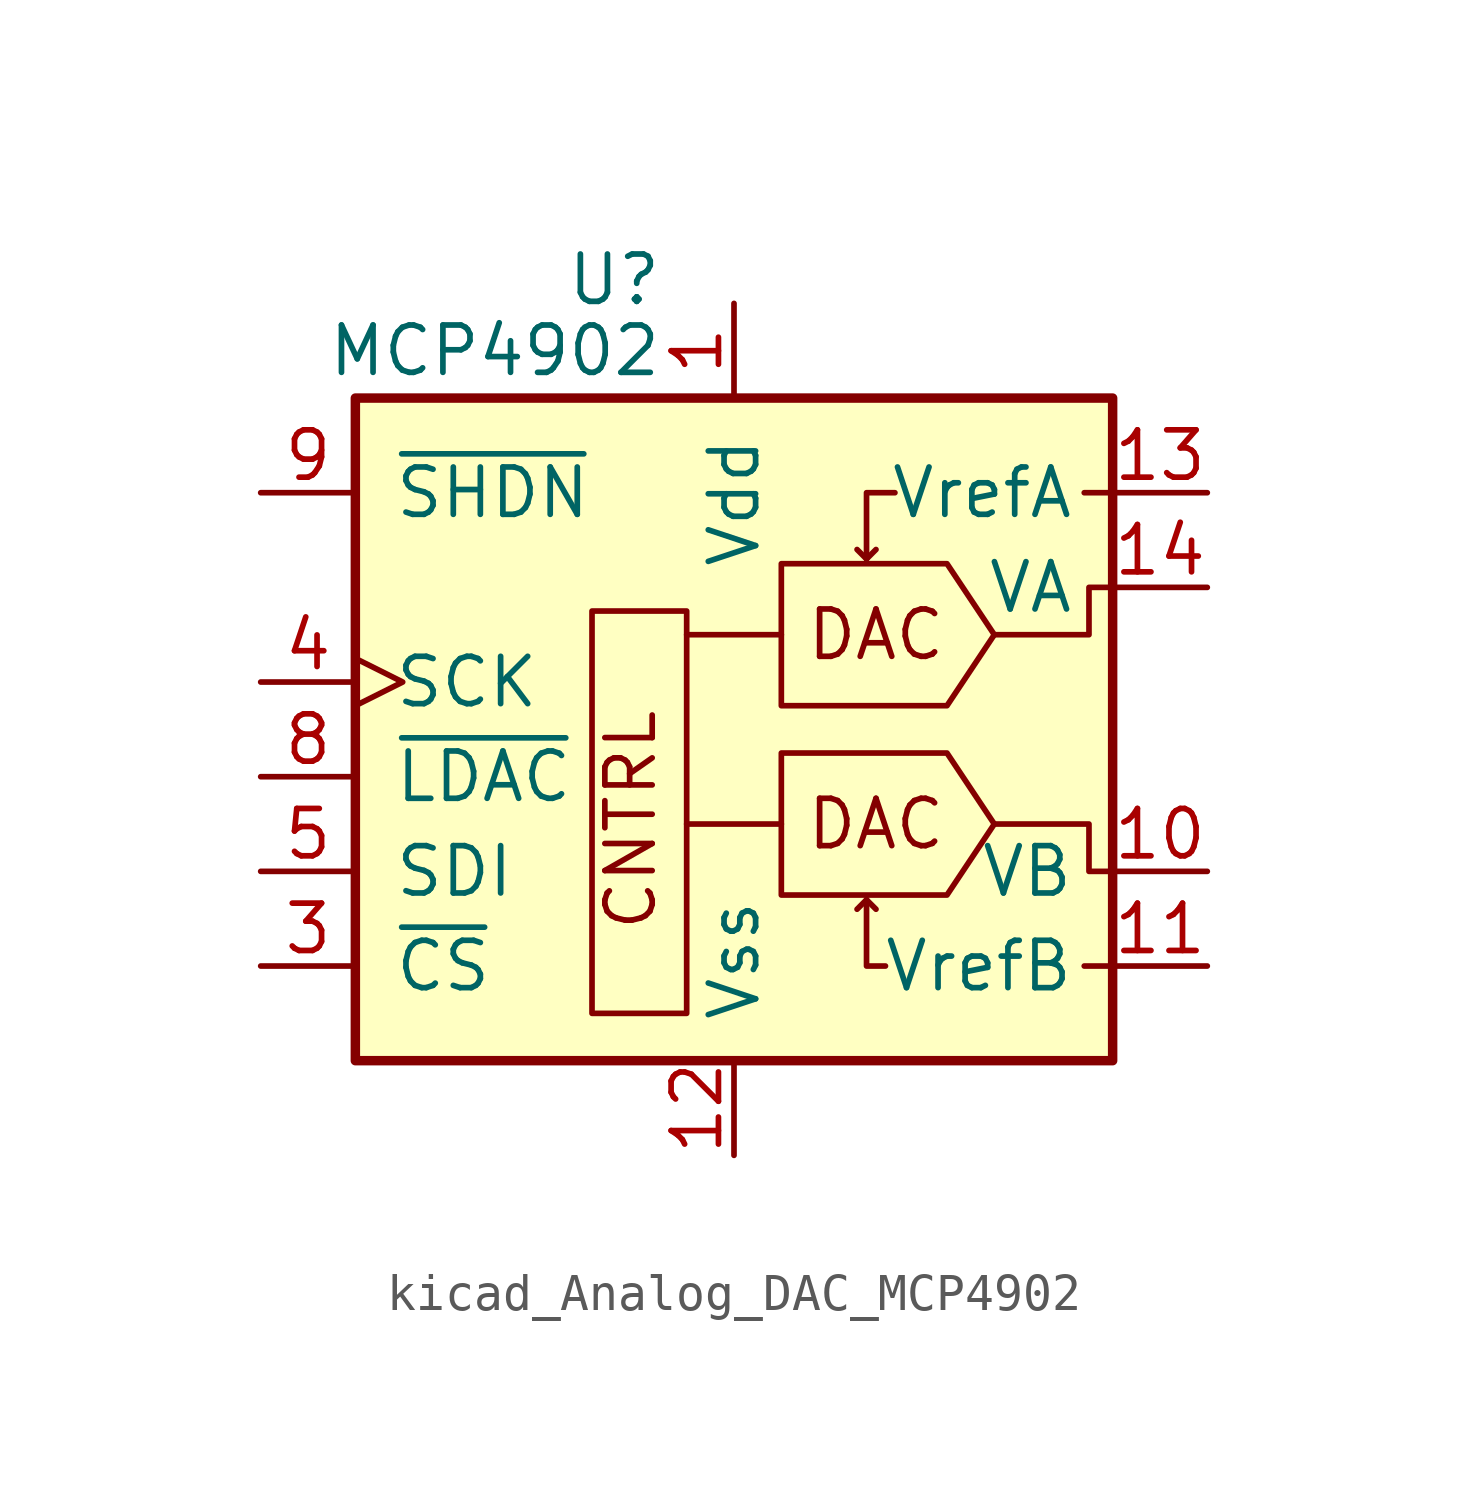
<source format=kicad_sym>
(kicad_symbol_lib
  (version 20220914)
  (generator kicad_symbol_editor)
  (symbol "kicad_Analog_DAC_MCP4902"
    (pin_names
      (offset 1.016))
    (property "Reference" "U"
      (at -1.905 10.795 0)
      (effects (font (size 1.27 1.27)) (justify right)))
    (property "Value" "MCP4902"
      (at -1.905 8.89 0)
      (effects (font (size 1.27 1.27)) (justify right)))
    (symbol "kicad_Analog_DAC_MCP4902_0_0"
      (polyline (pts (xy 3.556 -5.842) (xy 3.302 -6.096)) (stroke (width 0) (type default)) (fill (type none)))
      (polyline (pts (xy 3.556 -5.842) (xy 3.81 -6.096)) (stroke (width 0) (type default)) (fill (type none)))
      (polyline (pts (xy 3.556 3.302) (xy 3.302 3.556)) (stroke (width 0) (type default)) (fill (type none)))
      (polyline (pts (xy 3.556 3.302) (xy 3.81 3.556)) (stroke (width 0) (type default)) (fill (type none)))
      (polyline (pts (xy 10.16 -7.62) (xy 9.398 -7.62)) (stroke (width 0) (type default)) (fill (type none)))
      (polyline (pts (xy 10.16 5.08) (xy 9.398 5.08)) (stroke (width 0) (type default)) (fill (type none)))
      (polyline (pts (xy 4.064 -7.62) (xy 3.556 -7.62) (xy 3.556 -5.842)) (stroke (width 0) (type default)) (fill (type none)))
      (polyline (pts (xy 4.318 5.08) (xy 3.556 5.08) (xy 3.556 3.302)) (stroke (width 0) (type default)) (fill (type none)))
      (polyline (pts (xy 6.985 -3.81) (xy 9.525 -3.81) (xy 9.525 -5.08) (xy 10.16 -5.08)) (stroke (width 0) (type default)) (fill (type none)))
      (polyline (pts (xy 6.985 1.27) (xy 9.525 1.27) (xy 9.525 2.54) (xy 10.16 2.54)) (stroke (width 0) (type default)) (fill (type none)))
      (text "CNTRL" (at -2.032 -6.731 900) (effects (font (size 1.27 1.27)) (justify left bottom)))
      (text "DAC" (at 3.81 -3.81 0) (effects (font (size 1.27 1.27))))
      (text "DAC" (at 3.81 1.27 0) (effects (font (size 1.27 1.27)))))
    (symbol "kicad_Analog_DAC_MCP4902_0_1"
      (rectangle (start -10.16 7.62) (end 10.16 -10.16) (stroke (width 0.254) (type default)) (fill (type background)))
      (rectangle (start -1.27 -8.89) (end -3.81 1.905) (stroke (width 0) (type default)) (fill (type none)))
      (polyline (pts (xy 1.27 -3.81) (xy -1.27 -3.81)) (stroke (width 0) (type default)) (fill (type none)))
      (polyline (pts (xy 1.27 1.27) (xy -1.27 1.27)) (stroke (width 0) (type default)) (fill (type none)))
      (polyline (pts (xy 6.985 -3.81) (xy 5.715 -1.905) (xy 1.27 -1.905) (xy 1.27 -5.715) (xy 5.715 -5.715) (xy 6.985 -3.81)) (stroke (width 0) (type default)) (fill (type none)))
      (polyline (pts (xy 6.985 1.27) (xy 5.715 3.175) (xy 1.27 3.175) (xy 1.27 -0.635) (xy 5.715 -0.635) (xy 6.985 1.27)) (stroke (width 0) (type default)) (fill (type none))))
    (symbol "kicad_Analog_DAC_MCP4902_1_1"
      (pin power_in line (at 0 10.16 270) (length 2.54) (name "Vdd" (effects (font (size 1.27 1.27)))) (number "1" (effects (font (size 1.27 1.27)))))
      (pin output line (at 12.7 -5.08 180) (length 2.54) (name "VB" (effects (font (size 1.27 1.27)))) (number "10" (effects (font (size 1.27 1.27)))))
      (pin input line (at 12.7 -7.62 180) (length 2.54) (name "VrefB" (effects (font (size 1.27 1.27)))) (number "11" (effects (font (size 1.27 1.27)))))
      (pin power_in line (at 0 -12.7 90) (length 2.54) (name "Vss" (effects (font (size 1.27 1.27)))) (number "12" (effects (font (size 1.27 1.27)))))
      (pin input line (at 12.7 5.08 180) (length 2.54) (name "VrefA" (effects (font (size 1.27 1.27)))) (number "13" (effects (font (size 1.27 1.27)))))
      (pin output line (at 12.7 2.54 180) (length 2.54) (name "VA" (effects (font (size 1.27 1.27)))) (number "14" (effects (font (size 1.27 1.27)))))
      (pin no_connect line (at -7.62 -10.16 90) (length 2.54) hide (name "NC" (effects (font (size 1.27 1.27)))) (number "2" (effects (font (size 1.27 1.27)))))
      (pin input line (at -12.7 -7.62 0) (length 2.54) (name "~{CS}" (effects (font (size 1.27 1.27)))) (number "3" (effects (font (size 1.27 1.27)))))
      (pin input clock (at -12.7 0 0) (length 2.54) (name "SCK" (effects (font (size 1.27 1.27)))) (number "4" (effects (font (size 1.27 1.27)))))
      (pin input line (at -12.7 -5.08 0) (length 2.54) (name "SDI" (effects (font (size 1.27 1.27)))) (number "5" (effects (font (size 1.27 1.27)))))
      (pin no_connect line (at -5.08 -10.16 90) (length 2.54) hide (name "NC" (effects (font (size 1.27 1.27)))) (number "6" (effects (font (size 1.27 1.27)))))
      (pin no_connect line (at -2.54 -10.16 90) (length 2.54) hide (name "NC" (effects (font (size 1.27 1.27)))) (number "7" (effects (font (size 1.27 1.27)))))
      (pin input line (at -12.7 -2.54 0) (length 2.54) (name "~{LDAC}" (effects (font (size 1.27 1.27)))) (number "8" (effects (font (size 1.27 1.27)))))
      (pin output line (at -12.7 5.08 0) (length 2.54) (name "~{SHDN}" (effects (font (size 1.27 1.27)))) (number "9" (effects (font (size 1.27 1.27))))))))
</source>
